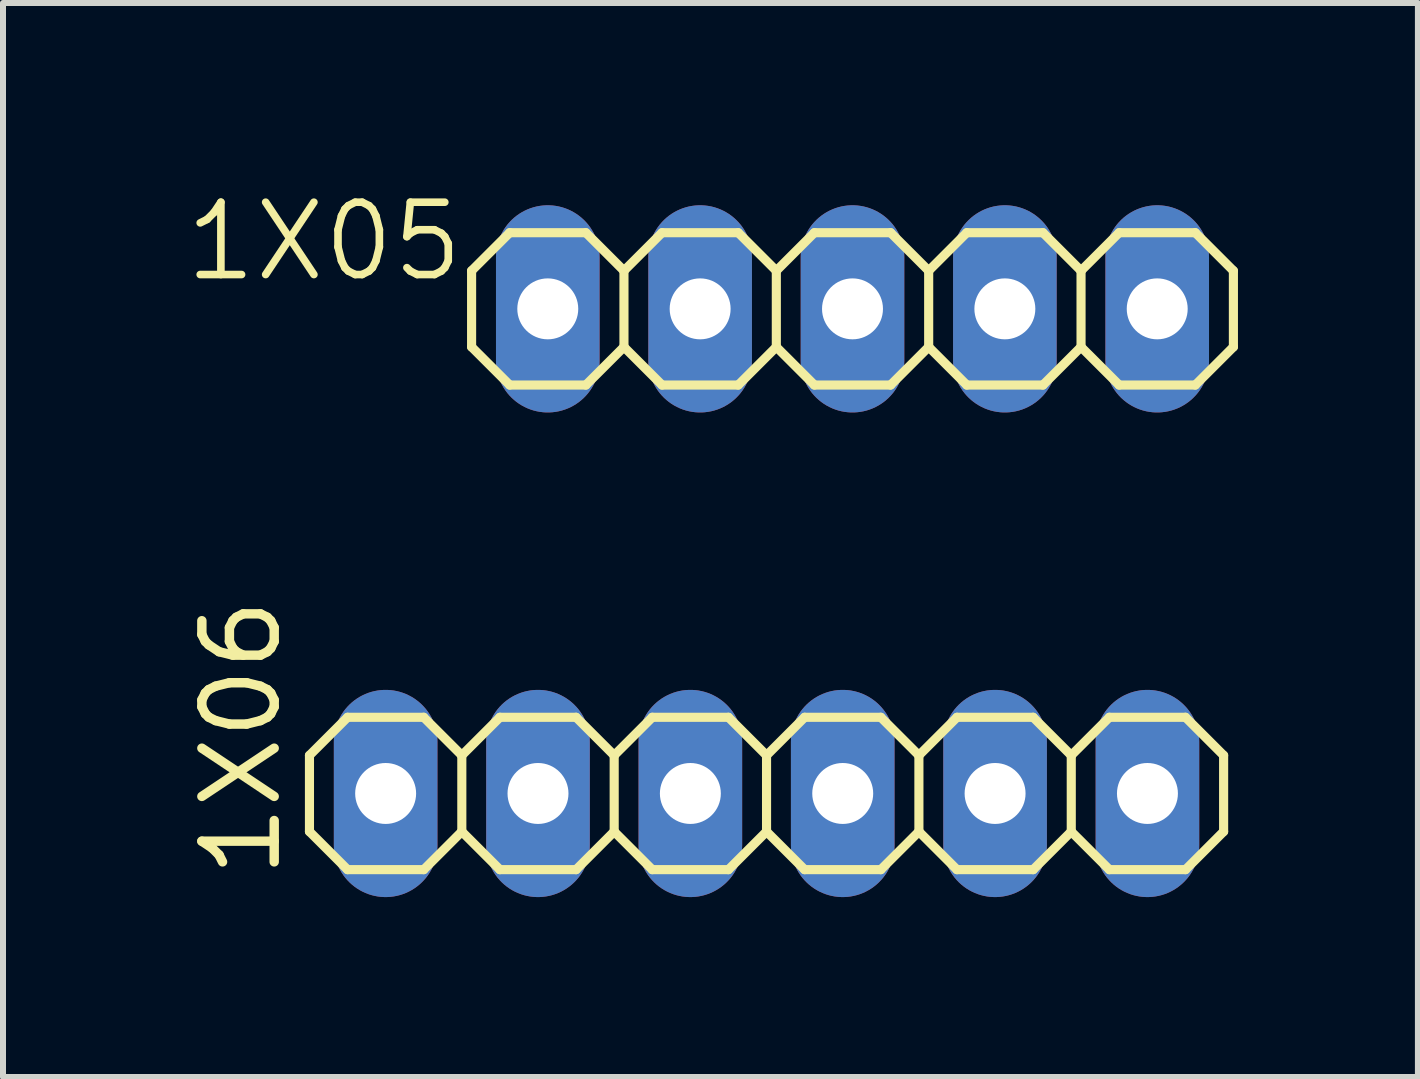
<source format=kicad_pcb>
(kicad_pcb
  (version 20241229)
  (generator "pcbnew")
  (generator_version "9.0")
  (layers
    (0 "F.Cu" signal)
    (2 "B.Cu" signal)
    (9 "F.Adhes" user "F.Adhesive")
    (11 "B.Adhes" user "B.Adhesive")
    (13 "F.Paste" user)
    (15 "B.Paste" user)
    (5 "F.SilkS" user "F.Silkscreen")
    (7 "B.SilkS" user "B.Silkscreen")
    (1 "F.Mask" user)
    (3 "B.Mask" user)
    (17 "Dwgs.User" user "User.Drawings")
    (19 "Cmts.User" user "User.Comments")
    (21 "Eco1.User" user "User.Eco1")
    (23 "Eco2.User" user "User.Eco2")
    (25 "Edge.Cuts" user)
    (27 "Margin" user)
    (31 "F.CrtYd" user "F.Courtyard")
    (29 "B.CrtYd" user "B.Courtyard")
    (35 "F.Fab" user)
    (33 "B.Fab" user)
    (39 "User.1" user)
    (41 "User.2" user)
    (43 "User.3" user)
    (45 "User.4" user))
  (footprint "1X06"
    (layer "F.Cu")
    (at 9.729 10.178)
    (property "Reference" "1X06" (at -8.052 1.473 270) (layer "F.SilkS") (effects (font (size 1.206 1.206) (thickness 0.157)) (justify left bottom)))
    (attr through_hole)
    (fp_line (start -7.62 -0.635) (end -7.62 0.635) (stroke (width 0.152) (type solid)) (layer "F.SilkS"))
    (fp_line (start -7.62 0.635) (end -6.985 1.27) (stroke (width 0.152) (type solid)) (layer "F.SilkS"))
    (fp_line (start -6.985 -1.27) (end -7.62 -0.635) (stroke (width 0.152) (type solid)) (layer "F.SilkS"))
    (fp_line (start -6.985 -1.27) (end -5.715 -1.27) (stroke (width 0.152) (type solid)) (layer "F.SilkS"))
    (fp_line (start -5.715 -1.27) (end -5.08 -0.635) (stroke (width 0.152) (type solid)) (layer "F.SilkS"))
    (fp_line (start -5.715 1.27) (end -6.985 1.27) (stroke (width 0.152) (type solid)) (layer "F.SilkS"))
    (fp_line (start -5.08 -0.635) (end -5.08 0.635) (stroke (width 0.152) (type solid)) (layer "F.SilkS"))
    (fp_line (start -5.08 -0.635) (end -4.445 -1.27) (stroke (width 0.152) (type solid)) (layer "F.SilkS"))
    (fp_line (start -5.08 0.635) (end -5.715 1.27) (stroke (width 0.152) (type solid)) (layer "F.SilkS"))
    (fp_line (start -4.445 -1.27) (end -3.175 -1.27) (stroke (width 0.152) (type solid)) (layer "F.SilkS"))
    (fp_line (start -4.445 1.27) (end -5.08 0.635) (stroke (width 0.152) (type solid)) (layer "F.SilkS"))
    (fp_line (start -3.175 -1.27) (end -2.54 -0.635) (stroke (width 0.152) (type solid)) (layer "F.SilkS"))
    (fp_line (start -3.175 1.27) (end -4.445 1.27) (stroke (width 0.152) (type solid)) (layer "F.SilkS"))
    (fp_line (start -2.54 -0.635) (end -2.54 0.635) (stroke (width 0.152) (type solid)) (layer "F.SilkS"))
    (fp_line (start -2.54 -0.635) (end -1.905 -1.27) (stroke (width 0.152) (type solid)) (layer "F.SilkS"))
    (fp_line (start -2.54 0.635) (end -3.175 1.27) (stroke (width 0.152) (type solid)) (layer "F.SilkS"))
    (fp_line (start -1.905 -1.27) (end -0.635 -1.27) (stroke (width 0.152) (type solid)) (layer "F.SilkS"))
    (fp_line (start -1.905 1.27) (end -2.54 0.635) (stroke (width 0.152) (type solid)) (layer "F.SilkS"))
    (fp_line (start -0.635 -1.27) (end 0 -0.635) (stroke (width 0.152) (type solid)) (layer "F.SilkS"))
    (fp_line (start -0.635 1.27) (end -1.905 1.27) (stroke (width 0.152) (type solid)) (layer "F.SilkS"))
    (fp_line (start 0 -0.635) (end 0 0.635) (stroke (width 0.152) (type solid)) (layer "F.SilkS"))
    (fp_line (start 0 0.635) (end -0.635 1.27) (stroke (width 0.152) (type solid)) (layer "F.SilkS"))
    (fp_line (start 0 0.635) (end 0.635 1.27) (stroke (width 0.152) (type solid)) (layer "F.SilkS"))
    (fp_line (start 0.635 -1.27) (end 0 -0.635) (stroke (width 0.152) (type solid)) (layer "F.SilkS"))
    (fp_line (start 0.635 -1.27) (end 1.905 -1.27) (stroke (width 0.152) (type solid)) (layer "F.SilkS"))
    (fp_line (start 1.905 -1.27) (end 2.54 -0.635) (stroke (width 0.152) (type solid)) (layer "F.SilkS"))
    (fp_line (start 1.905 1.27) (end 0.635 1.27) (stroke (width 0.152) (type solid)) (layer "F.SilkS"))
    (fp_line (start 2.54 -0.635) (end 2.54 0.635) (stroke (width 0.152) (type solid)) (layer "F.SilkS"))
    (fp_line (start 2.54 -0.635) (end 3.175 -1.27) (stroke (width 0.152) (type solid)) (layer "F.SilkS"))
    (fp_line (start 2.54 0.635) (end 1.905 1.27) (stroke (width 0.152) (type solid)) (layer "F.SilkS"))
    (fp_line (start 3.175 -1.27) (end 4.445 -1.27) (stroke (width 0.152) (type solid)) (layer "F.SilkS"))
    (fp_line (start 3.175 1.27) (end 2.54 0.635) (stroke (width 0.152) (type solid)) (layer "F.SilkS"))
    (fp_line (start 4.445 -1.27) (end 5.08 -0.635) (stroke (width 0.152) (type solid)) (layer "F.SilkS"))
    (fp_line (start 4.445 1.27) (end 3.175 1.27) (stroke (width 0.152) (type solid)) (layer "F.SilkS"))
    (fp_line (start 5.08 -0.635) (end 5.08 0.635) (stroke (width 0.152) (type solid)) (layer "F.SilkS"))
    (fp_line (start 5.08 0.635) (end 4.445 1.27) (stroke (width 0.152) (type solid)) (layer "F.SilkS"))
    (fp_line (start 5.08 0.635) (end 5.715 1.27) (stroke (width 0.152) (type solid)) (layer "F.SilkS"))
    (fp_line (start 5.715 -1.27) (end 5.08 -0.635) (stroke (width 0.152) (type solid)) (layer "F.SilkS"))
    (fp_line (start 5.715 -1.27) (end 6.985 -1.27) (stroke (width 0.152) (type solid)) (layer "F.SilkS"))
    (fp_line (start 6.985 -1.27) (end 7.62 -0.635) (stroke (width 0.152) (type solid)) (layer "F.SilkS"))
    (fp_line (start 6.985 1.27) (end 5.715 1.27) (stroke (width 0.152) (type solid)) (layer "F.SilkS"))
    (fp_line (start 7.62 -0.635) (end 7.62 0.635) (stroke (width 0.152) (type solid)) (layer "F.SilkS"))
    (fp_line (start 7.62 0.635) (end 6.985 1.27) (stroke (width 0.152) (type solid)) (layer "F.SilkS"))
    (fp_poly (pts (xy -6.604 0.254) (xy -6.096 0.254) (xy -6.096 -0.254) (xy -6.604 -0.254)) (stroke (width 0.1) (type solid)) (fill no) (layer "F.Fab"))
    (fp_poly (pts (xy -4.064 0.254) (xy -3.556 0.254) (xy -3.556 -0.254) (xy -4.064 -0.254)) (stroke (width 0.1) (type solid)) (fill no) (layer "F.Fab"))
    (fp_poly (pts (xy -1.524 0.254) (xy -1.016 0.254) (xy -1.016 -0.254) (xy -1.524 -0.254)) (stroke (width 0.1) (type solid)) (fill no) (layer "F.Fab"))
    (fp_poly (pts (xy 1.016 0.254) (xy 1.524 0.254) (xy 1.524 -0.254) (xy 1.016 -0.254)) (stroke (width 0.1) (type solid)) (fill no) (layer "F.Fab"))
    (fp_poly (pts (xy 3.556 0.254) (xy 4.064 0.254) (xy 4.064 -0.254) (xy 3.556 -0.254)) (stroke (width 0.1) (type solid)) (fill no) (layer "F.Fab"))
    (fp_poly (pts (xy 6.096 0.254) (xy 6.604 0.254) (xy 6.604 -0.254) (xy 6.096 -0.254)) (stroke (width 0.1) (type solid)) (fill no) (layer "F.Fab"))
    (pad "1" thru_hole oval (at -6.35 0 90) (size 3.454 1.727) (drill 1.016) (layers "*.Cu" "*.Mask"))
    (pad "2" thru_hole oval (at -3.81 0 90) (size 3.454 1.727) (drill 1.016) (layers "*.Cu" "*.Mask"))
    (pad "3" thru_hole oval (at -1.27 0 90) (size 3.454 1.727) (drill 1.016) (layers "*.Cu" "*.Mask"))
    (pad "4" thru_hole oval (at 1.27 0 90) (size 3.454 1.727) (drill 1.016) (layers "*.Cu" "*.Mask"))
    (pad "5" thru_hole oval (at 3.81 0 90) (size 3.454 1.727) (drill 1.016) (layers "*.Cu" "*.Mask"))
    (pad "6" thru_hole oval (at 6.35 0 90) (size 3.454 1.727) (drill 1.016) (layers "*.Cu" "*.Mask")))
  (footprint "1X05"
    (layer "F.Cu")
    (at 11.162 2.099)
    (property "Reference" "1X05" (at -6.426 -1.829 0) (layer "F.SilkS") (effects (font (size 1.206 1.206) (thickness 0.127)) (justify right top)))
    (attr through_hole)
    (fp_line (start -6.35 -0.635) (end -6.35 0.635) (stroke (width 0.152) (type solid)) (layer "F.SilkS"))
    (fp_line (start -6.35 0.635) (end -5.715 1.27) (stroke (width 0.152) (type solid)) (layer "F.SilkS"))
    (fp_line (start -5.715 -1.27) (end -6.35 -0.635) (stroke (width 0.152) (type solid)) (layer "F.SilkS"))
    (fp_line (start -5.715 -1.27) (end -4.445 -1.27) (stroke (width 0.152) (type solid)) (layer "F.SilkS"))
    (fp_line (start -4.445 -1.27) (end -3.81 -0.635) (stroke (width 0.152) (type solid)) (layer "F.SilkS"))
    (fp_line (start -4.445 1.27) (end -5.715 1.27) (stroke (width 0.152) (type solid)) (layer "F.SilkS"))
    (fp_line (start -3.81 -0.635) (end -3.81 0.635) (stroke (width 0.152) (type solid)) (layer "F.SilkS"))
    (fp_line (start -3.81 -0.635) (end -3.175 -1.27) (stroke (width 0.152) (type solid)) (layer "F.SilkS"))
    (fp_line (start -3.81 0.635) (end -4.445 1.27) (stroke (width 0.152) (type solid)) (layer "F.SilkS"))
    (fp_line (start -3.175 -1.27) (end -1.905 -1.27) (stroke (width 0.152) (type solid)) (layer "F.SilkS"))
    (fp_line (start -3.175 1.27) (end -3.81 0.635) (stroke (width 0.152) (type solid)) (layer "F.SilkS"))
    (fp_line (start -1.905 -1.27) (end -1.27 -0.635) (stroke (width 0.152) (type solid)) (layer "F.SilkS"))
    (fp_line (start -1.905 1.27) (end -3.175 1.27) (stroke (width 0.152) (type solid)) (layer "F.SilkS"))
    (fp_line (start -1.27 -0.635) (end -1.27 0.635) (stroke (width 0.152) (type solid)) (layer "F.SilkS"))
    (fp_line (start -1.27 -0.635) (end -0.635 -1.27) (stroke (width 0.152) (type solid)) (layer "F.SilkS"))
    (fp_line (start -1.27 0.635) (end -1.905 1.27) (stroke (width 0.152) (type solid)) (layer "F.SilkS"))
    (fp_line (start -0.635 -1.27) (end 0.635 -1.27) (stroke (width 0.152) (type solid)) (layer "F.SilkS"))
    (fp_line (start -0.635 1.27) (end -1.27 0.635) (stroke (width 0.152) (type solid)) (layer "F.SilkS"))
    (fp_line (start 0.635 -1.27) (end 1.27 -0.635) (stroke (width 0.152) (type solid)) (layer "F.SilkS"))
    (fp_line (start 0.635 1.27) (end -0.635 1.27) (stroke (width 0.152) (type solid)) (layer "F.SilkS"))
    (fp_line (start 1.27 -0.635) (end 1.27 0.635) (stroke (width 0.152) (type solid)) (layer "F.SilkS"))
    (fp_line (start 1.27 0.635) (end 0.635 1.27) (stroke (width 0.152) (type solid)) (layer "F.SilkS"))
    (fp_line (start 1.27 0.635) (end 1.905 1.27) (stroke (width 0.152) (type solid)) (layer "F.SilkS"))
    (fp_line (start 1.905 -1.27) (end 1.27 -0.635) (stroke (width 0.152) (type solid)) (layer "F.SilkS"))
    (fp_line (start 1.905 -1.27) (end 3.175 -1.27) (stroke (width 0.152) (type solid)) (layer "F.SilkS"))
    (fp_line (start 3.175 -1.27) (end 3.81 -0.635) (stroke (width 0.152) (type solid)) (layer "F.SilkS"))
    (fp_line (start 3.175 1.27) (end 1.905 1.27) (stroke (width 0.152) (type solid)) (layer "F.SilkS"))
    (fp_line (start 3.81 -0.635) (end 3.81 0.635) (stroke (width 0.152) (type solid)) (layer "F.SilkS"))
    (fp_line (start 3.81 0.635) (end 3.175 1.27) (stroke (width 0.152) (type solid)) (layer "F.SilkS"))
    (fp_line (start 3.81 0.635) (end 4.445 1.27) (stroke (width 0.152) (type solid)) (layer "F.SilkS"))
    (fp_line (start 4.445 -1.27) (end 3.81 -0.635) (stroke (width 0.152) (type solid)) (layer "F.SilkS"))
    (fp_line (start 4.445 -1.27) (end 5.715 -1.27) (stroke (width 0.152) (type solid)) (layer "F.SilkS"))
    (fp_line (start 5.715 -1.27) (end 6.35 -0.635) (stroke (width 0.152) (type solid)) (layer "F.SilkS"))
    (fp_line (start 5.715 1.27) (end 4.445 1.27) (stroke (width 0.152) (type solid)) (layer "F.SilkS"))
    (fp_line (start 6.35 -0.635) (end 6.35 0.635) (stroke (width 0.152) (type solid)) (layer "F.SilkS"))
    (fp_line (start 6.35 0.635) (end 5.715 1.27) (stroke (width 0.152) (type solid)) (layer "F.SilkS"))
    (fp_poly (pts (xy -5.334 0.254) (xy -4.826 0.254) (xy -4.826 -0.254) (xy -5.334 -0.254)) (stroke (width 0.1) (type solid)) (fill no) (layer "F.Fab"))
    (fp_poly (pts (xy -2.794 0.254) (xy -2.286 0.254) (xy -2.286 -0.254) (xy -2.794 -0.254)) (stroke (width 0.1) (type solid)) (fill no) (layer "F.Fab"))
    (fp_poly (pts (xy -0.254 0.254) (xy 0.254 0.254) (xy 0.254 -0.254) (xy -0.254 -0.254)) (stroke (width 0.1) (type solid)) (fill no) (layer "F.Fab"))
    (fp_poly (pts (xy 2.286 0.254) (xy 2.794 0.254) (xy 2.794 -0.254) (xy 2.286 -0.254)) (stroke (width 0.1) (type solid)) (fill no) (layer "F.Fab"))
    (fp_poly (pts (xy 4.826 0.254) (xy 5.334 0.254) (xy 5.334 -0.254) (xy 4.826 -0.254)) (stroke (width 0.1) (type solid)) (fill no) (layer "F.Fab"))
    (pad "1" thru_hole oval (at -5.08 0 90) (size 3.454 1.727) (drill 1.016) (layers "*.Cu" "*.Mask"))
    (pad "2" thru_hole oval (at -2.54 0 90) (size 3.454 1.727) (drill 1.016) (layers "*.Cu" "*.Mask"))
    (pad "3" thru_hole oval (at 0 0 90) (size 3.454 1.727) (drill 1.016) (layers "*.Cu" "*.Mask"))
    (pad "4" thru_hole oval (at 2.54 0 90) (size 3.454 1.727) (drill 1.016) (layers "*.Cu" "*.Mask"))
    (pad "5" thru_hole oval (at 5.08 0 90) (size 3.454 1.727) (drill 1.016) (layers "*.Cu" "*.Mask")))
  (gr_rect
    (start -3 -3)
    (end 20.588 14.905)
    (stroke (width 0.1) (type default))
    (fill no)
    (layer "Edge.Cuts")))
</source>
